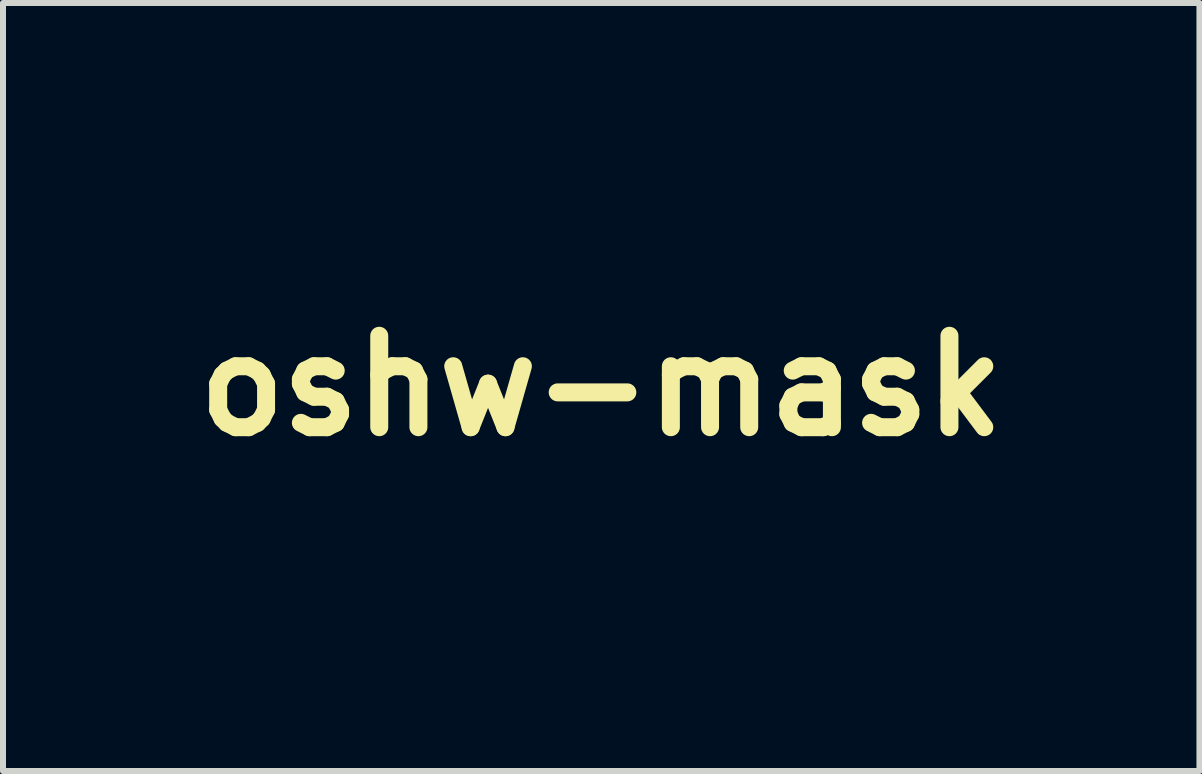
<source format=kicad_pcb>
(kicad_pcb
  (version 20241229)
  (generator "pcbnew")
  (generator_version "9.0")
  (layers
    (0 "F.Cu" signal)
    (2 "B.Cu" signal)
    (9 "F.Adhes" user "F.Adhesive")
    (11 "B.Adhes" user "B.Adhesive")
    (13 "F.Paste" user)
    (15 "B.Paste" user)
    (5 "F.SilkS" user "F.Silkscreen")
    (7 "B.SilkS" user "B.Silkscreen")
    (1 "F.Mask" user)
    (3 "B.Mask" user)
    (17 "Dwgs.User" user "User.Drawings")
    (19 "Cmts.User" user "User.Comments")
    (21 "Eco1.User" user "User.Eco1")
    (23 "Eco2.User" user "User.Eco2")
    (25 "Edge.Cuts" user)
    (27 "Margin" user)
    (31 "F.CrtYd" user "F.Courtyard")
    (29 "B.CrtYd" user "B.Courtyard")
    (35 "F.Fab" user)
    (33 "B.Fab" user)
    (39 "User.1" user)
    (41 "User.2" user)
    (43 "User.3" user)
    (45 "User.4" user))
  (footprint "oshw-mask"
    (layer "F.Cu")
    (at 6.974 3.383)
    (property "Reference" "oshw-mask" (at 0 0 0) (layer "F.SilkS") (effects (font (size 1.524 1.524) (thickness 0.3))))
    (attr through_hole)
    (fp_poly (pts (xy 0.64 -2.89) (xy 0.67 -2.737) (xy 0.698 -2.6) (xy 0.723 -2.489) (xy 0.743 -2.411) (xy 0.756 -2.374) (xy 0.757 -2.373) (xy 0.789 -2.355) (xy 0.857 -2.323) (xy 0.951 -2.282) (xy 1.061 -2.236) (xy 1.173 -2.191) (xy 1.279 -2.149) (xy 1.367 -2.116) (xy 1.425 -2.097) (xy 1.441 -2.093) (xy 1.47 -2.107) (xy 1.534 -2.146) (xy 1.625 -2.204) (xy 1.738 -2.279) (xy 1.863 -2.364) (xy 1.864 -2.364) (xy 1.991 -2.451) (xy 2.104 -2.527) (xy 2.197 -2.589) (xy 2.263 -2.631) (xy 2.293 -2.649) (xy 2.322 -2.636) (xy 2.378 -2.592) (xy 2.455 -2.524) (xy 2.547 -2.439) (xy 2.647 -2.343) (xy 2.748 -2.242) (xy 2.844 -2.144) (xy 2.927 -2.056) (xy 2.991 -1.982) (xy 3.03 -1.932) (xy 3.038 -1.913) (xy 3.024 -1.88) (xy 2.985 -1.813) (xy 2.927 -1.718) (xy 2.853 -1.604) (xy 2.77 -1.481) (xy 2.685 -1.355) (xy 2.611 -1.242) (xy 2.553 -1.15) (xy 2.515 -1.086) (xy 2.502 -1.056) (xy 2.512 -1.021) (xy 2.538 -0.951) (xy 2.576 -0.856) (xy 2.622 -0.745) (xy 2.671 -0.632) (xy 2.719 -0.525) (xy 2.76 -0.435) (xy 2.79 -0.374) (xy 2.803 -0.352) (xy 2.831 -0.343) (xy 2.9 -0.327) (xy 2.999 -0.305) (xy 3.121 -0.28) (xy 3.256 -0.252) (xy 3.393 -0.225) (xy 3.524 -0.2) (xy 3.639 -0.178) (xy 3.729 -0.162) (xy 3.784 -0.154) (xy 3.794 -0.153) (xy 3.8 -0.129) (xy 3.803 -0.063) (xy 3.805 0.035) (xy 3.806 0.157) (xy 3.805 0.294) (xy 3.803 0.436) (xy 3.799 0.574) (xy 3.795 0.699) (xy 3.79 0.802) (xy 3.785 0.874) (xy 3.779 0.906) (xy 3.778 0.906) (xy 3.746 0.916) (xy 3.672 0.933) (xy 3.565 0.955) (xy 3.433 0.981) (xy 3.304 1.006) (xy 3.155 1.036) (xy 3.024 1.065) (xy 2.919 1.091) (xy 2.848 1.113) (xy 2.823 1.126) (xy 2.802 1.162) (xy 2.768 1.235) (xy 2.725 1.333) (xy 2.678 1.447) (xy 2.63 1.565) (xy 2.587 1.677) (xy 2.553 1.77) (xy 2.532 1.836) (xy 2.527 1.859) (xy 2.541 1.89) (xy 2.58 1.956) (xy 2.638 2.048) (xy 2.712 2.16) (xy 2.783 2.263) (xy 2.866 2.386) (xy 2.937 2.496) (xy 2.993 2.587) (xy 3.028 2.65) (xy 3.038 2.676) (xy 3.021 2.705) (xy 2.973 2.762) (xy 2.903 2.841) (xy 2.816 2.934) (xy 2.72 3.035) (xy 2.62 3.137) (xy 2.524 3.233) (xy 2.439 3.316) (xy 2.37 3.379) (xy 2.326 3.415) (xy 2.314 3.421) (xy 2.287 3.407) (xy 2.225 3.369) (xy 2.136 3.311) (xy 2.027 3.238) (xy 1.938 3.177) (xy 1.817 3.096) (xy 1.709 3.023) (xy 1.622 2.966) (xy 1.563 2.93) (xy 1.542 2.919) (xy 1.5 2.921) (xy 1.427 2.944) (xy 1.338 2.982) (xy 1.327 2.987) (xy 1.239 3.026) (xy 1.166 3.051) (xy 1.122 3.058) (xy 1.118 3.057) (xy 1.103 3.032) (xy 1.071 2.967) (xy 1.025 2.867) (xy 0.968 2.74) (xy 0.903 2.592) (xy 0.832 2.43) (xy 0.759 2.26) (xy 0.686 2.089) (xy 0.616 1.923) (xy 0.552 1.768) (xy 0.496 1.633) (xy 0.452 1.522) (xy 0.422 1.443) (xy 0.409 1.402) (xy 0.408 1.399) (xy 0.428 1.378) (xy 0.479 1.335) (xy 0.552 1.277) (xy 0.586 1.252) (xy 0.764 1.092) (xy 0.899 0.911) (xy 0.992 0.716) (xy 1.041 0.511) (xy 1.047 0.304) (xy 1.008 0.098) (xy 0.925 -0.099) (xy 0.797 -0.283) (xy 0.704 -0.379) (xy 0.528 -0.51) (xy 0.339 -0.596) (xy 0.142 -0.639) (xy -0.056 -0.643) (xy -0.25 -0.609) (xy -0.435 -0.54) (xy -0.604 -0.439) (xy -0.752 -0.308) (xy -0.873 -0.149) (xy -0.961 0.034) (xy -1.012 0.24) (xy -1.021 0.382) (xy -0.997 0.611) (xy -0.925 0.822) (xy -0.806 1.015) (xy -0.641 1.187) (xy -0.561 1.252) (xy -0.481 1.313) (xy -0.419 1.362) (xy -0.386 1.394) (xy -0.383 1.399) (xy -0.393 1.433) (xy -0.42 1.506) (xy -0.462 1.612) (xy -0.516 1.744) (xy -0.579 1.895) (xy -0.648 2.059) (xy -0.721 2.23) (xy -0.795 2.401) (xy -0.866 2.565) (xy -0.932 2.716) (xy -0.991 2.847) (xy -1.039 2.952) (xy -1.074 3.024) (xy -1.092 3.056) (xy -1.094 3.057) (xy -1.132 3.053) (xy -1.202 3.03) (xy -1.29 2.992) (xy -1.312 2.981) (xy -1.493 2.891) (xy -1.88 3.156) (xy -2.004 3.24) (xy -2.114 3.313) (xy -2.203 3.371) (xy -2.264 3.408) (xy -2.289 3.421) (xy -2.313 3.403) (xy -2.367 3.355) (xy -2.445 3.282) (xy -2.541 3.189) (xy -2.65 3.081) (xy -2.662 3.069) (xy -2.77 2.958) (xy -2.865 2.857) (xy -2.941 2.773) (xy -2.992 2.71) (xy -3.012 2.677) (xy -3.012 2.675) (xy -2.998 2.641) (xy -2.96 2.573) (xy -2.901 2.479) (xy -2.827 2.366) (xy -2.757 2.263) (xy -2.674 2.141) (xy -2.602 2.032) (xy -2.547 1.943) (xy -2.512 1.883) (xy -2.502 1.859) (xy -2.511 1.82) (xy -2.537 1.744) (xy -2.574 1.644) (xy -2.619 1.53) (xy -2.667 1.412) (xy -2.713 1.301) (xy -2.754 1.209) (xy -2.784 1.147) (xy -2.797 1.126) (xy -2.832 1.11) (xy -2.909 1.087) (xy -3.019 1.06) (xy -3.154 1.031) (xy -3.279 1.006) (xy -3.425 0.978) (xy -3.554 0.952) (xy -3.657 0.93) (xy -3.727 0.914) (xy -3.753 0.906) (xy -3.759 0.879) (xy -3.764 0.81) (xy -3.769 0.709) (xy -3.774 0.586) (xy -3.777 0.448) (xy -3.779 0.306) (xy -3.78 0.169) (xy -3.78 0.045) (xy -3.778 -0.056) (xy -3.774 -0.125) (xy -3.769 -0.153) (xy -3.769 -0.153) (xy -3.729 -0.158) (xy -3.651 -0.171) (xy -3.545 -0.191) (xy -3.419 -0.215) (xy -3.283 -0.242) (xy -3.146 -0.269) (xy -3.018 -0.296) (xy -2.909 -0.319) (xy -2.827 -0.338) (xy -2.783 -0.35) (xy -2.778 -0.352) (xy -2.759 -0.384) (xy -2.726 -0.452) (xy -2.683 -0.546) (xy -2.635 -0.655) (xy -2.587 -0.769) (xy -2.542 -0.877) (xy -2.506 -0.968) (xy -2.482 -1.032) (xy -2.476 -1.056) (xy -2.49 -1.086) (xy -2.528 -1.151) (xy -2.587 -1.244) (xy -2.661 -1.357) (xy -2.744 -1.481) (xy -2.829 -1.607) (xy -2.903 -1.721) (xy -2.961 -1.815) (xy -2.999 -1.882) (xy -3.012 -1.913) (xy -2.995 -1.945) (xy -2.947 -2.004) (xy -2.876 -2.083) (xy -2.788 -2.176) (xy -2.69 -2.275) (xy -2.589 -2.375) (xy -2.491 -2.468) (xy -2.403 -2.548) (xy -2.331 -2.609) (xy -2.284 -2.644) (xy -2.268 -2.649) (xy -2.237 -2.631) (xy -2.171 -2.588) (xy -2.078 -2.527) (xy -1.964 -2.45) (xy -1.839 -2.364) (xy -1.713 -2.279) (xy -1.601 -2.205) (xy -1.509 -2.146) (xy -1.445 -2.107) (xy -1.416 -2.093) (xy -1.416 -2.093) (xy -1.38 -2.103) (xy -1.309 -2.128) (xy -1.212 -2.165) (xy -1.102 -2.209) (xy -0.99 -2.255) (xy -0.885 -2.3) (xy -0.8 -2.337) (xy -0.745 -2.364) (xy -0.731 -2.373) (xy -0.719 -2.405) (xy -0.7 -2.478) (xy -0.676 -2.586) (xy -0.648 -2.72) (xy -0.618 -2.871) (xy -0.615 -2.89) (xy -0.523 -3.382) (xy 0.548 -3.382) (xy 0.64 -2.89)) (stroke (width 0.002) (type solid)) (fill yes) (layer "F.Mask")))
  (gr_rect
    (start -3 -3)
    (end 16.948 9.805)
    (stroke (width 0.1) (type default))
    (fill no)
    (layer "Edge.Cuts")))
</source>
